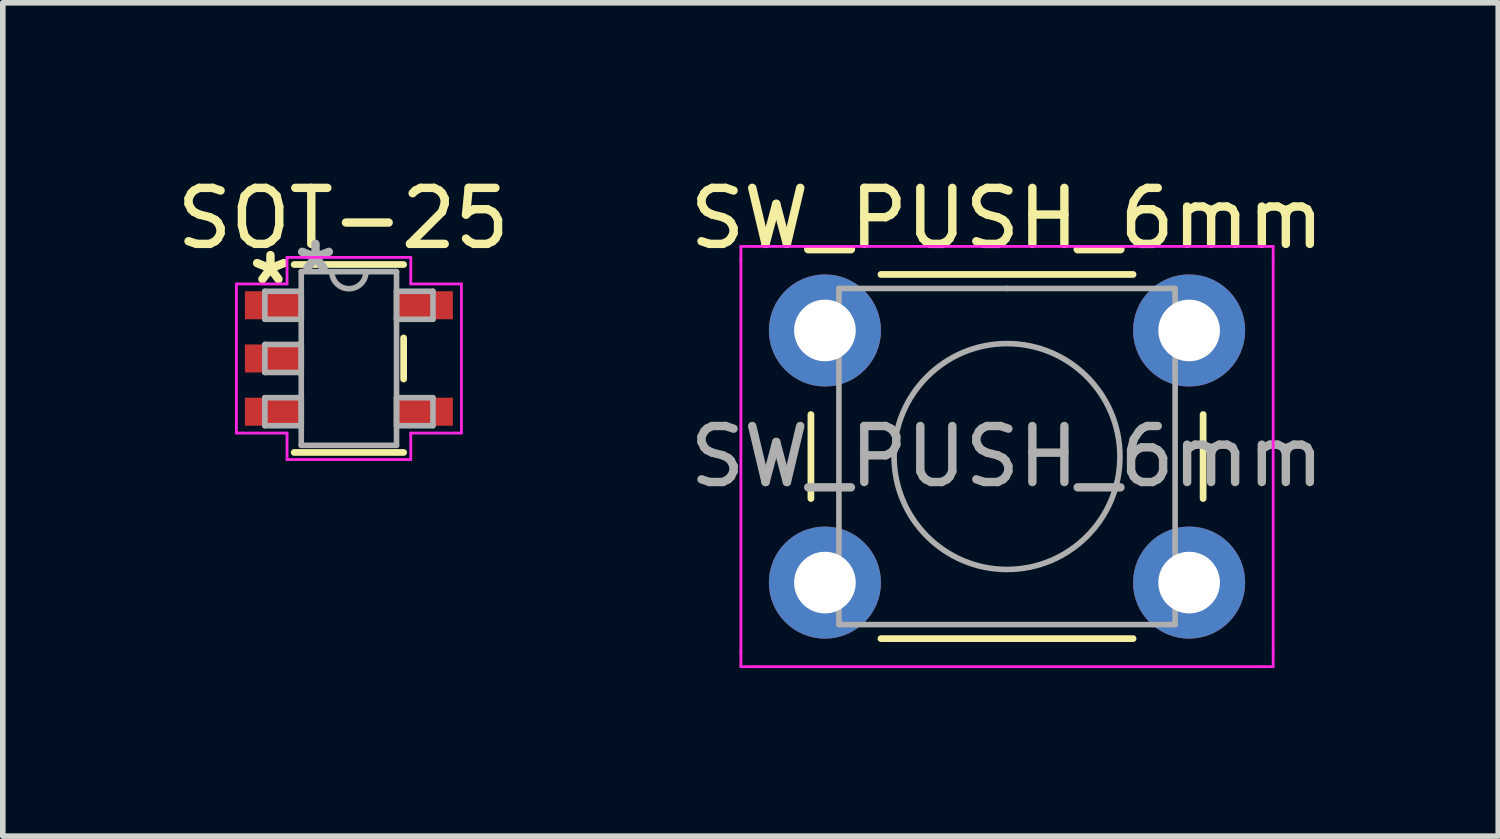
<source format=kicad_pcb>
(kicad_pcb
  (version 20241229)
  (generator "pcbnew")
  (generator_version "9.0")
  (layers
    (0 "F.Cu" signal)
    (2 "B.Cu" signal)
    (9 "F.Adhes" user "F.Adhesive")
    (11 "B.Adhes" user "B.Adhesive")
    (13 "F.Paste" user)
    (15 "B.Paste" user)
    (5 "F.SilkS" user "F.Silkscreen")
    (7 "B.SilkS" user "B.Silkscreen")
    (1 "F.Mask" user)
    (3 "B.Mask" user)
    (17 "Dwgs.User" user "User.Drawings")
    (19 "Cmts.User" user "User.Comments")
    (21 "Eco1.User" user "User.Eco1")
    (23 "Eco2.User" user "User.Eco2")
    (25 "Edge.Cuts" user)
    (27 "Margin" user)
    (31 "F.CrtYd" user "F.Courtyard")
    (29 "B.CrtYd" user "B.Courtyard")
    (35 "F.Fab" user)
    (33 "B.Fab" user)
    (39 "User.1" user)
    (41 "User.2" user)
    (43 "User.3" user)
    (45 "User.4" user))
  (footprint "SW_PUSH_6mm"
    (layer "F.Cu")
    (at 11.673 2.848)
    (property "Reference" "SW_PUSH_6mm" (at 3.25 -2 0) (layer "F.SilkS") (effects (font (size 1 1) (thickness 0.15))))
    (attr through_hole)
    (fp_line (start -0.25 1.5) (end -0.25 3) (stroke (width 0.12) (type solid)) (layer "F.SilkS"))
    (fp_line (start 1 5.5) (end 5.5 5.5) (stroke (width 0.12) (type solid)) (layer "F.SilkS"))
    (fp_line (start 5.5 -1) (end 1 -1) (stroke (width 0.12) (type solid)) (layer "F.SilkS"))
    (fp_line (start 6.75 3) (end 6.75 1.5) (stroke (width 0.12) (type solid)) (layer "F.SilkS"))
    (fp_line (start -1.5 -1.5) (end -1.25 -1.5) (stroke (width 0.05) (type solid)) (layer "F.CrtYd"))
    (fp_line (start -1.5 -1.25) (end -1.5 -1.5) (stroke (width 0.05) (type solid)) (layer "F.CrtYd"))
    (fp_line (start -1.5 5.75) (end -1.5 -1.25) (stroke (width 0.05) (type solid)) (layer "F.CrtYd"))
    (fp_line (start -1.5 5.75) (end -1.5 6) (stroke (width 0.05) (type solid)) (layer "F.CrtYd"))
    (fp_line (start -1.5 6) (end -1.25 6) (stroke (width 0.05) (type solid)) (layer "F.CrtYd"))
    (fp_line (start -1.25 -1.5) (end 7.75 -1.5) (stroke (width 0.05) (type solid)) (layer "F.CrtYd"))
    (fp_line (start 7.75 -1.5) (end 8 -1.5) (stroke (width 0.05) (type solid)) (layer "F.CrtYd"))
    (fp_line (start 7.75 6) (end -1.25 6) (stroke (width 0.05) (type solid)) (layer "F.CrtYd"))
    (fp_line (start 7.75 6) (end 8 6) (stroke (width 0.05) (type solid)) (layer "F.CrtYd"))
    (fp_line (start 8 -1.5) (end 8 -1.25) (stroke (width 0.05) (type solid)) (layer "F.CrtYd"))
    (fp_line (start 8 -1.25) (end 8 5.75) (stroke (width 0.05) (type solid)) (layer "F.CrtYd"))
    (fp_line (start 8 6) (end 8 5.75) (stroke (width 0.05) (type solid)) (layer "F.CrtYd"))
    (fp_line (start 0.25 -0.75) (end 3.25 -0.75) (stroke (width 0.1) (type solid)) (layer "F.Fab"))
    (fp_line (start 0.25 5.25) (end 0.25 -0.75) (stroke (width 0.1) (type solid)) (layer "F.Fab"))
    (fp_line (start 3.25 -0.75) (end 6.25 -0.75) (stroke (width 0.1) (type solid)) (layer "F.Fab"))
    (fp_line (start 6.25 -0.75) (end 6.25 5.25) (stroke (width 0.1) (type solid)) (layer "F.Fab"))
    (fp_line (start 6.25 5.25) (end 0.25 5.25) (stroke (width 0.1) (type solid)) (layer "F.Fab"))
    (fp_circle (center 3.25 2.25) (end 1.25 2.5) (stroke (width 0.1) (type solid)) (fill no) (layer "F.Fab"))
    (fp_text user "${REFERENCE}" (at 3.25 2.25 0) (layer "F.Fab") (effects (font (size 1 1) (thickness 0.15))))
    (pad "1" thru_hole circle (at 0 0 90) (size 2 2) (drill 1.1) (layers "*.Cu" "*.Mask"))
    (pad "1" thru_hole circle (at 6.5 0 90) (size 2 2) (drill 1.1) (layers "*.Cu" "*.Mask"))
    (pad "2" thru_hole circle (at 0 4.5 90) (size 2 2) (drill 1.1) (layers "*.Cu" "*.Mask"))
    (pad "2" thru_hole circle (at 6.5 4.5 90) (size 2 2) (drill 1.1) (layers "*.Cu" "*.Mask")))
  (footprint "SOT-25"
    (layer "F.Cu")
    (at 3.177 3.348)
    (property "Reference" "SOT-25" (at -0.1 -2.5 0) (layer "F.SilkS") (effects (font (size 1 1) (thickness 0.15))))
    (attr smd)
    (fp_line (start -0.977 1.677) (end 0.977 1.677) (stroke (width 0.12) (type solid)) (layer "F.SilkS"))
    (fp_line (start 0.977 -1.677) (end -0.977 -1.677) (stroke (width 0.12) (type solid)) (layer "F.SilkS"))
    (fp_line (start 0.977 0.367) (end 0.977 -0.367) (stroke (width 0.12) (type solid)) (layer "F.SilkS"))
    (fp_line (start -2.008 -1.331) (end -1.104 -1.331) (stroke (width 0.05) (type solid)) (layer "F.CrtYd"))
    (fp_line (start -2.008 1.331) (end -2.008 -1.331) (stroke (width 0.05) (type solid)) (layer "F.CrtYd"))
    (fp_line (start -1.104 -1.804) (end 1.104 -1.804) (stroke (width 0.05) (type solid)) (layer "F.CrtYd"))
    (fp_line (start -1.104 -1.331) (end -1.104 -1.804) (stroke (width 0.05) (type solid)) (layer "F.CrtYd"))
    (fp_line (start -1.104 1.331) (end -2.008 1.331) (stroke (width 0.05) (type solid)) (layer "F.CrtYd"))
    (fp_line (start -1.104 1.804) (end -1.104 1.331) (stroke (width 0.05) (type solid)) (layer "F.CrtYd"))
    (fp_line (start 1.104 -1.804) (end 1.104 -1.331) (stroke (width 0.05) (type solid)) (layer "F.CrtYd"))
    (fp_line (start 1.104 -1.331) (end 2.008 -1.331) (stroke (width 0.05) (type solid)) (layer "F.CrtYd"))
    (fp_line (start 1.104 1.331) (end 1.104 1.804) (stroke (width 0.05) (type solid)) (layer "F.CrtYd"))
    (fp_line (start 1.104 1.804) (end -1.104 1.804) (stroke (width 0.05) (type solid)) (layer "F.CrtYd"))
    (fp_line (start 2.008 -1.331) (end 2.008 1.331) (stroke (width 0.05) (type solid)) (layer "F.CrtYd"))
    (fp_line (start 2.008 1.331) (end 1.104 1.331) (stroke (width 0.05) (type solid)) (layer "F.CrtYd"))
    (fp_line (start -1.5 -1.2) (end -1.5 -0.7) (stroke (width 0.1) (type solid)) (layer "F.Fab"))
    (fp_line (start -1.5 -0.7) (end -0.85 -0.7) (stroke (width 0.1) (type solid)) (layer "F.Fab"))
    (fp_line (start -1.5 -0.25) (end -1.5 0.25) (stroke (width 0.1) (type solid)) (layer "F.Fab"))
    (fp_line (start -1.5 0.25) (end -0.85 0.25) (stroke (width 0.1) (type solid)) (layer "F.Fab"))
    (fp_line (start -1.5 0.7) (end -1.5 1.2) (stroke (width 0.1) (type solid)) (layer "F.Fab"))
    (fp_line (start -1.5 1.2) (end -0.85 1.2) (stroke (width 0.1) (type solid)) (layer "F.Fab"))
    (fp_line (start -0.85 -1.55) (end -0.85 1.55) (stroke (width 0.1) (type solid)) (layer "F.Fab"))
    (fp_line (start -0.85 -1.2) (end -1.5 -1.2) (stroke (width 0.1) (type solid)) (layer "F.Fab"))
    (fp_line (start -0.85 -0.7) (end -0.85 -1.2) (stroke (width 0.1) (type solid)) (layer "F.Fab"))
    (fp_line (start -0.85 -0.25) (end -1.5 -0.25) (stroke (width 0.1) (type solid)) (layer "F.Fab"))
    (fp_line (start -0.85 0.25) (end -0.85 -0.25) (stroke (width 0.1) (type solid)) (layer "F.Fab"))
    (fp_line (start -0.85 0.7) (end -1.5 0.7) (stroke (width 0.1) (type solid)) (layer "F.Fab"))
    (fp_line (start -0.85 1.2) (end -0.85 0.7) (stroke (width 0.1) (type solid)) (layer "F.Fab"))
    (fp_line (start -0.85 1.55) (end 0.85 1.55) (stroke (width 0.1) (type solid)) (layer "F.Fab"))
    (fp_line (start 0.85 -1.55) (end -0.85 -1.55) (stroke (width 0.1) (type solid)) (layer "F.Fab"))
    (fp_line (start 0.85 -1.2) (end 0.85 -0.7) (stroke (width 0.1) (type solid)) (layer "F.Fab"))
    (fp_line (start 0.85 -0.7) (end 1.5 -0.7) (stroke (width 0.1) (type solid)) (layer "F.Fab"))
    (fp_line (start 0.85 0.7) (end 0.85 1.2) (stroke (width 0.1) (type solid)) (layer "F.Fab"))
    (fp_line (start 0.85 1.2) (end 1.5 1.2) (stroke (width 0.1) (type solid)) (layer "F.Fab"))
    (fp_line (start 0.85 1.55) (end 0.85 -1.55) (stroke (width 0.1) (type solid)) (layer "F.Fab"))
    (fp_line (start 1.5 -1.2) (end 0.85 -1.2) (stroke (width 0.1) (type solid)) (layer "F.Fab"))
    (fp_line (start 1.5 -0.7) (end 1.5 -1.2) (stroke (width 0.1) (type solid)) (layer "F.Fab"))
    (fp_line (start 1.5 0.7) (end 0.85 0.7) (stroke (width 0.1) (type solid)) (layer "F.Fab"))
    (fp_line (start 1.5 1.2) (end 1.5 0.7) (stroke (width 0.1) (type solid)) (layer "F.Fab"))
    (fp_arc (start 0.3048 -1.549998) (mid -0.000001 -1.245199) (end -0.3048 -1.55) (stroke (width 0.1) (type solid)) (layer "F.Fab"))
    (fp_text user "*" (at -1.4 -1.3 0) (layer "F.SilkS") (effects (font (size 1 1) (thickness 0.15))))
    (fp_text user "*" (at -0.596 -1.501 0) (layer "F.Fab") (effects (font (size 1 1) (thickness 0.15))))
    (pad "1" smd rect (at -1.353 -0.95) (size 1.006 0.5) (layers "F.Cu" "F.Mask" "F.Paste"))
    (pad "2" smd rect (at -1.353 0) (size 1.006 0.5) (layers "F.Cu" "F.Mask" "F.Paste"))
    (pad "3" smd rect (at -1.353 0.95) (size 1.006 0.5) (layers "F.Cu" "F.Mask" "F.Paste"))
    (pad "4" smd rect (at 1.353 0.95) (size 1.006 0.5) (layers "F.Cu" "F.Mask" "F.Paste"))
    (pad "5" smd rect (at 1.353 -0.95) (size 1.006 0.5) (layers "F.Cu" "F.Mask" "F.Paste")))
  (gr_rect
    (start -3 -3)
    (end 23.69 11.873)
    (stroke (width 0.1) (type default))
    (fill no)
    (layer "Edge.Cuts")))
</source>
